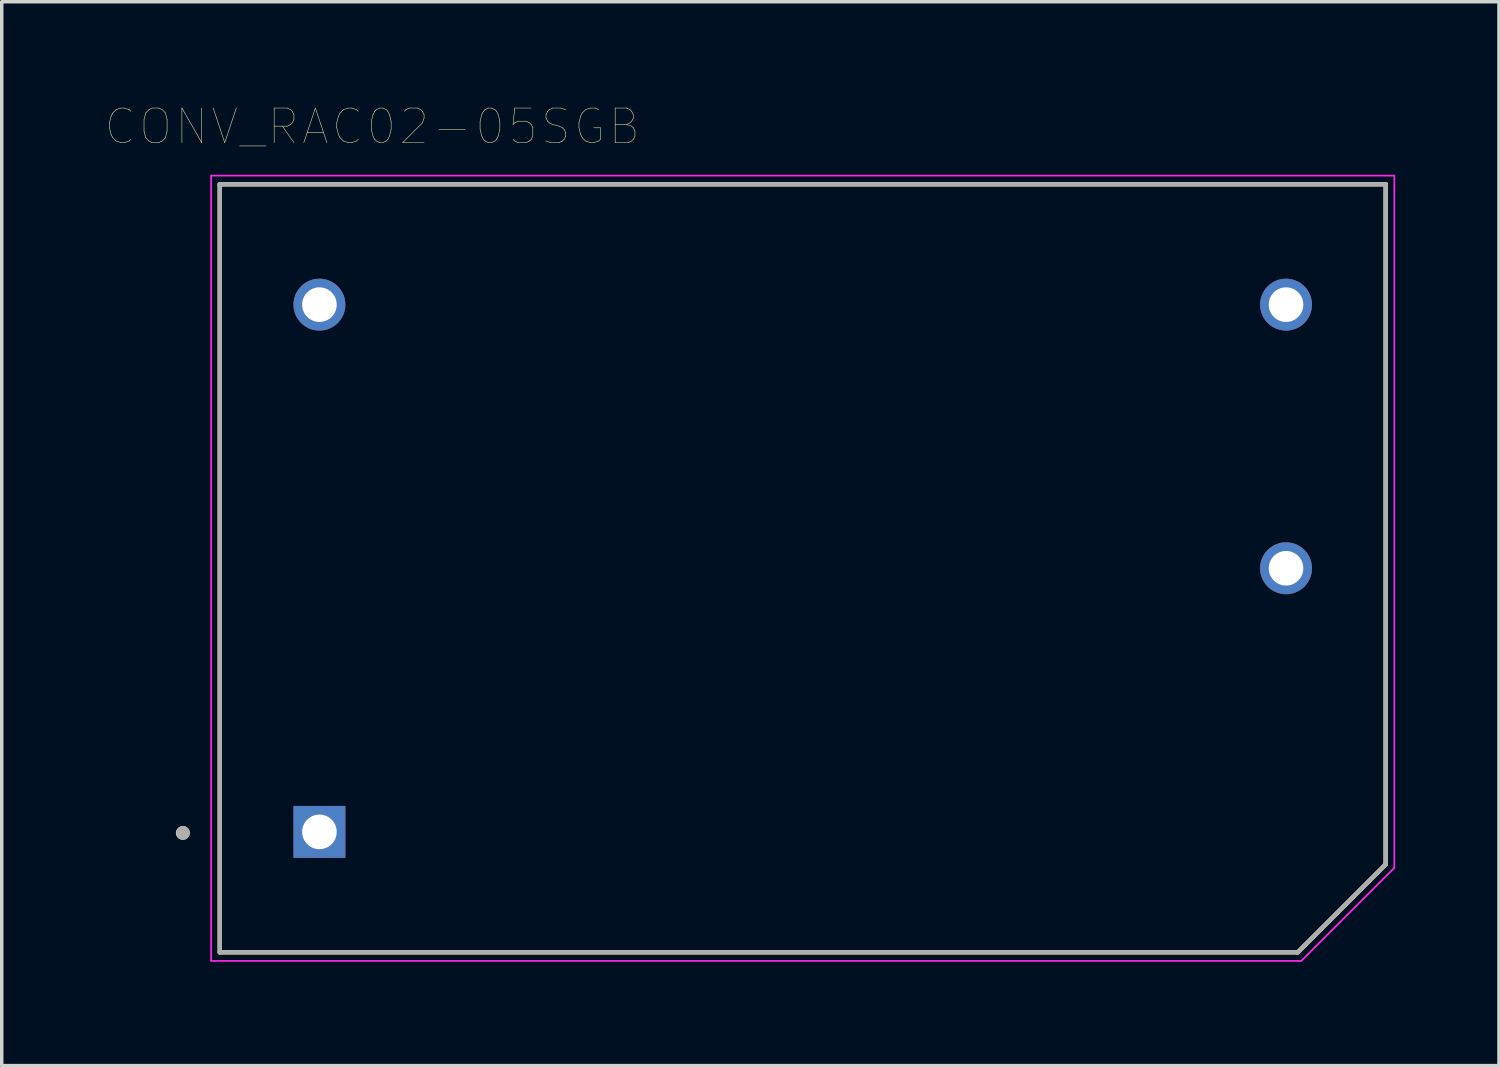
<source format=kicad_pcb>
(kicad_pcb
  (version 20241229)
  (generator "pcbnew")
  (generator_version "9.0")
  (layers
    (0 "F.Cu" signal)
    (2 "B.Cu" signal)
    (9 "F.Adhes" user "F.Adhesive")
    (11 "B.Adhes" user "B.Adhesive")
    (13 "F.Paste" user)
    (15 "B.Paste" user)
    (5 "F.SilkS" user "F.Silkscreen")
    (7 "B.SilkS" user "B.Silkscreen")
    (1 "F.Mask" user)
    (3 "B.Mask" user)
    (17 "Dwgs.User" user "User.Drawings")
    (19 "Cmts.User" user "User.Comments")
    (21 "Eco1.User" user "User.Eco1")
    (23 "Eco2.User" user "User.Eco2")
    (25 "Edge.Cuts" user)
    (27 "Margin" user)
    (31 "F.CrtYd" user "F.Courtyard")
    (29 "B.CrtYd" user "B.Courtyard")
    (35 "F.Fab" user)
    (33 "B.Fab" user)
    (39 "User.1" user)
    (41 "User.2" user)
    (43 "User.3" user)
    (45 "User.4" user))
  (footprint "CONV_RAC02-05SGB"
    (layer "F.Cu")
    (at 20.153 13.376)
    (property "Reference" "CONV_RAC02-05SGB" (at -12.445 -12.765 0) (layer "F.SilkS") (effects (font (size 1 1) (thickness 0.015))))
    (attr through_hole)
    (fp_line (start -16.85 -11.1) (end -16.85 11.1) (stroke (width 0.127) (type solid)) (layer "F.SilkS"))
    (fp_line (start -16.85 11.1) (end 14.31 11.1) (stroke (width 0.127) (type solid)) (layer "F.SilkS"))
    (fp_line (start 14.31 11.1) (end 16.85 8.56) (stroke (width 0.127) (type solid)) (layer "F.SilkS"))
    (fp_line (start 16.85 -11.1) (end -16.85 -11.1) (stroke (width 0.127) (type solid)) (layer "F.SilkS"))
    (fp_line (start 16.85 8.56) (end 16.85 -11.1) (stroke (width 0.127) (type solid)) (layer "F.SilkS"))
    (fp_circle (center -17.92 7.65) (end -17.82 7.65) (stroke (width 0.2) (type solid)) (fill no) (layer "F.SilkS"))
    (fp_line (start -17.1 -11.35) (end -17.1 11.35) (stroke (width 0.05) (type solid)) (layer "F.CrtYd"))
    (fp_line (start -17.1 11.35) (end 14.41 11.35) (stroke (width 0.05) (type solid)) (layer "F.CrtYd"))
    (fp_line (start 14.41 11.35) (end 17.1 8.66) (stroke (width 0.05) (type solid)) (layer "F.CrtYd"))
    (fp_line (start 17.1 -11.35) (end -17.1 -11.35) (stroke (width 0.05) (type solid)) (layer "F.CrtYd"))
    (fp_line (start 17.1 8.66) (end 17.1 -11.35) (stroke (width 0.05) (type solid)) (layer "F.CrtYd"))
    (fp_line (start -16.85 -11.1) (end -16.85 11.1) (stroke (width 0.127) (type solid)) (layer "F.Fab"))
    (fp_line (start -16.85 11.1) (end 14.31 11.1) (stroke (width 0.127) (type solid)) (layer "F.Fab"))
    (fp_line (start 14.31 11.1) (end 16.85 8.56) (stroke (width 0.127) (type solid)) (layer "F.Fab"))
    (fp_line (start 16.85 -11.1) (end -16.85 -11.1) (stroke (width 0.127) (type solid)) (layer "F.Fab"))
    (fp_line (start 16.85 8.56) (end 16.85 -11.1) (stroke (width 0.127) (type solid)) (layer "F.Fab"))
    (fp_circle (center -17.91 7.65) (end -17.81 7.65) (stroke (width 0.2) (type solid)) (fill no) (layer "F.Fab"))
    (pad "1" thru_hole rect (at -13.97 7.62) (size 1.5 1.5) (drill 1) (layers "*.Cu" "*.Mask"))
    (pad "2" thru_hole circle (at -13.97 -7.62) (size 1.5 1.5) (drill 1) (layers "*.Cu" "*.Mask"))
    (pad "3" thru_hole circle (at 13.97 -7.62) (size 1.5 1.5) (drill 1) (layers "*.Cu" "*.Mask"))
    (pad "4" thru_hole circle (at 13.97 0) (size 1.5 1.5) (drill 1) (layers "*.Cu" "*.Mask")))
  (gr_rect
    (start -3 -3)
    (end 40.278 27.751)
    (stroke (width 0.1) (type default))
    (fill no)
    (layer "Edge.Cuts")))
</source>
